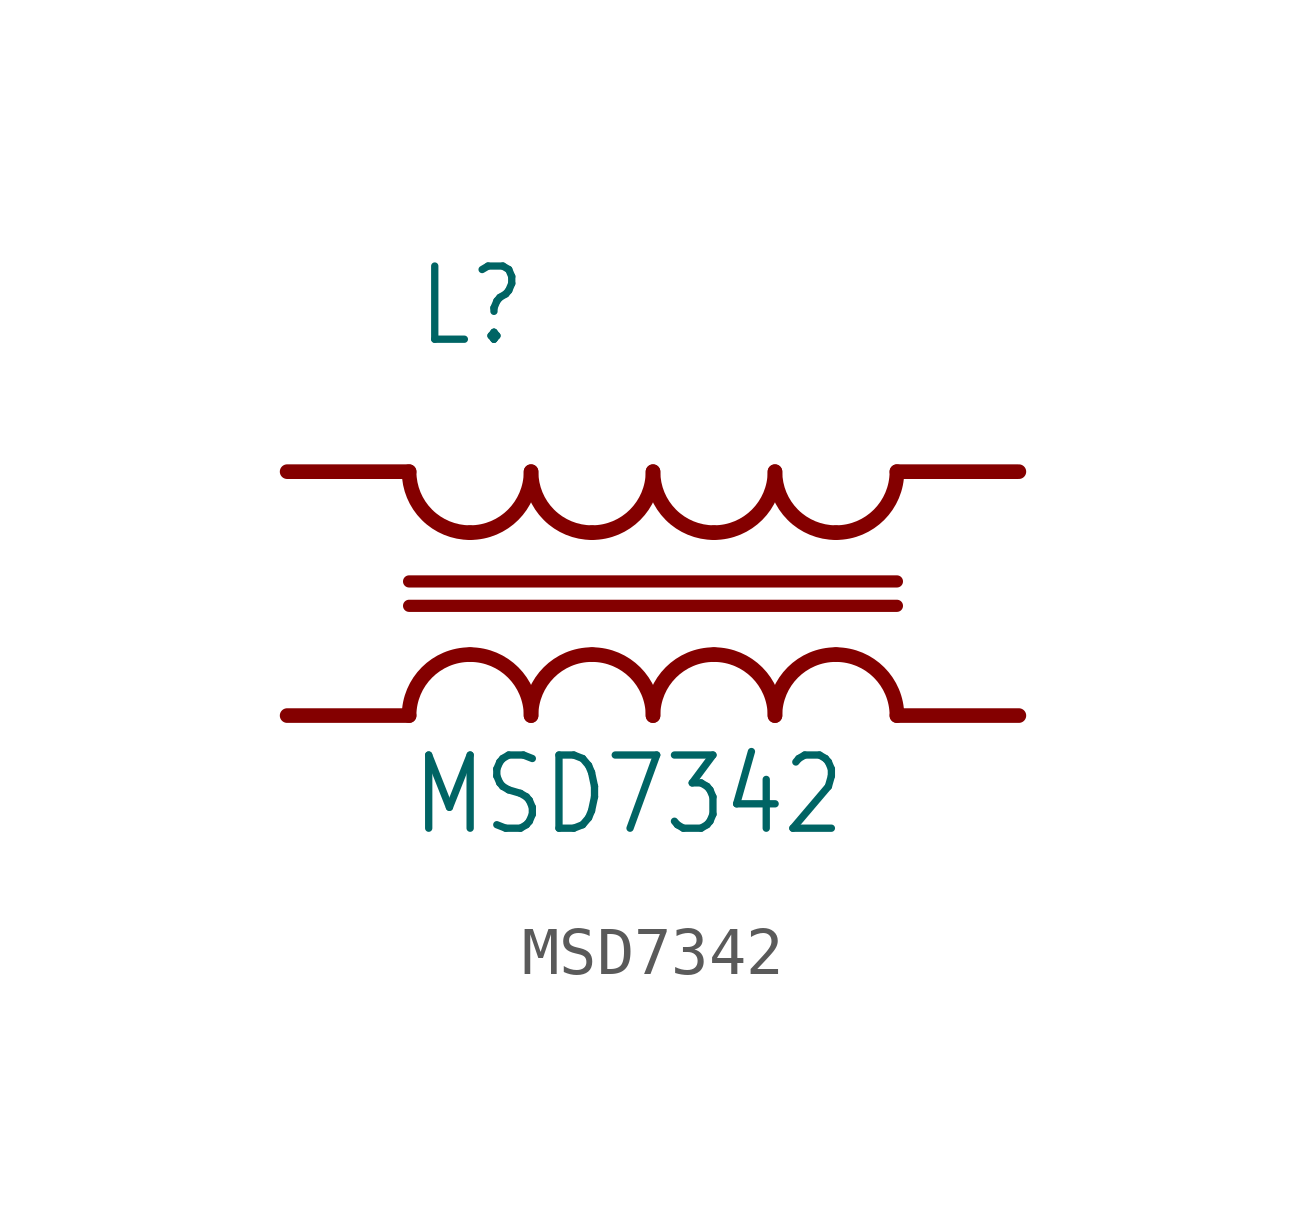
<source format=kicad_sym>
(kicad_symbol_lib
  (version 20211014)
  (generator kicad_symbol_editor)
  (symbol "MSD7342"
    (property "Reference" "L"
      (at -4.954 5.104 0)
      (effects (font (size 1.524 1.295)) (justify left bottom)))
    (property "Value" "MSD7342"
      (at -5.08 -5.08 0)
      (effects (font (size 1.524 1.295)) (justify left bottom)))
    (property "ki_locked" ""
      (at 0 0 0)
      (effects (font (size 1.27 1.27))))
    (symbol "MSD7342_1_0"
      (arc (start -5.08 2.54) (mid -4.708 1.642) (end -3.81 1.27) (stroke (width 0.3048) (type default) (color 0 0 0 0)) (fill (type none)))
      (arc (start -3.81 -1.27) (mid -4.708 -1.642) (end -5.08 -2.54) (stroke (width 0.3048) (type default) (color 0 0 0 0)) (fill (type none)))
      (arc (start -3.81 1.27) (mid -2.912 1.642) (end -2.54 2.54) (stroke (width 0.3048) (type default) (color 0 0 0 0)) (fill (type none)))
      (arc (start -2.54 -2.54) (mid -2.912 -1.642) (end -3.81 -1.27) (stroke (width 0.3048) (type default) (color 0 0 0 0)) (fill (type none)))
      (arc (start -2.54 2.54) (mid -2.168 1.642) (end -1.27 1.27) (stroke (width 0.3048) (type default) (color 0 0 0 0)) (fill (type none)))
      (arc (start -1.27 -1.27) (mid -2.168 -1.642) (end -2.54 -2.54) (stroke (width 0.3048) (type default) (color 0 0 0 0)) (fill (type none)))
      (arc (start -1.27 1.27) (mid -0.372 1.642) (end 0 2.54) (stroke (width 0.3048) (type default) (color 0 0 0 0)) (fill (type none)))
      (arc (start 0 -2.54) (mid -0.372 -1.642) (end -1.27 -1.27) (stroke (width 0.3048) (type default) (color 0 0 0 0)) (fill (type none)))
      (polyline (pts (xy -5.08 -2.54) (xy -7.62 -2.54)) (stroke (width 0.305) (type default) (color 0 0 0 0)) (fill (type none)))
      (polyline (pts (xy -5.08 -0.254) (xy 5.08 -0.254)) (stroke (width 0.254) (type default) (color 0 0 0 0)) (fill (type none)))
      (polyline (pts (xy -5.08 0.254) (xy 5.08 0.254)) (stroke (width 0.254) (type default) (color 0 0 0 0)) (fill (type none)))
      (polyline (pts (xy -5.08 2.54) (xy -7.62 2.54)) (stroke (width 0.305) (type default) (color 0 0 0 0)) (fill (type none)))
      (polyline (pts (xy 5.08 -2.54) (xy 7.62 -2.54)) (stroke (width 0.305) (type default) (color 0 0 0 0)) (fill (type none)))
      (polyline (pts (xy 5.08 2.54) (xy 7.62 2.54)) (stroke (width 0.305) (type default) (color 0 0 0 0)) (fill (type none)))
      (arc (start 0 2.54) (mid 0.372 1.642) (end 1.27 1.27) (stroke (width 0.3048) (type default) (color 0 0 0 0)) (fill (type none)))
      (arc (start 1.27 -1.27) (mid 0.372 -1.642) (end 0 -2.54) (stroke (width 0.3048) (type default) (color 0 0 0 0)) (fill (type none)))
      (arc (start 1.27 1.27) (mid 2.168 1.642) (end 2.54 2.54) (stroke (width 0.3048) (type default) (color 0 0 0 0)) (fill (type none)))
      (arc (start 2.54 -2.54) (mid 2.168 -1.642) (end 1.27 -1.27) (stroke (width 0.3048) (type default) (color 0 0 0 0)) (fill (type none)))
      (arc (start 2.54 2.54) (mid 2.912 1.642) (end 3.81 1.27) (stroke (width 0.3048) (type default) (color 0 0 0 0)) (fill (type none)))
      (arc (start 3.81 -1.27) (mid 2.912 -1.642) (end 2.54 -2.54) (stroke (width 0.3048) (type default) (color 0 0 0 0)) (fill (type none)))
      (arc (start 3.81 1.27) (mid 4.708 1.642) (end 5.08 2.54) (stroke (width 0.3048) (type default) (color 0 0 0 0)) (fill (type none)))
      (arc (start 5.08 -2.54) (mid 4.708 -1.642) (end 3.81 -1.27) (stroke (width 0.3048) (type default) (color 0 0 0 0)) (fill (type none)))
      (pin passive line (at -7.62 -2.54 0) (length 2.54) (name "1" (effects (font (size 0 0)))) (number "1" (effects (font (size 0 0)))))
      (pin passive line (at -7.62 2.54 0) (length 2.54) (name "2" (effects (font (size 0 0)))) (number "2" (effects (font (size 0 0)))))
      (pin passive line (at 7.62 -2.54 180) (length 2.54) (name "3" (effects (font (size 0 0)))) (number "3" (effects (font (size 0 0)))))
      (pin passive line (at 7.62 2.54 180) (length 2.54) (name "4" (effects (font (size 0 0)))) (number "4" (effects (font (size 0 0))))))))
</source>
